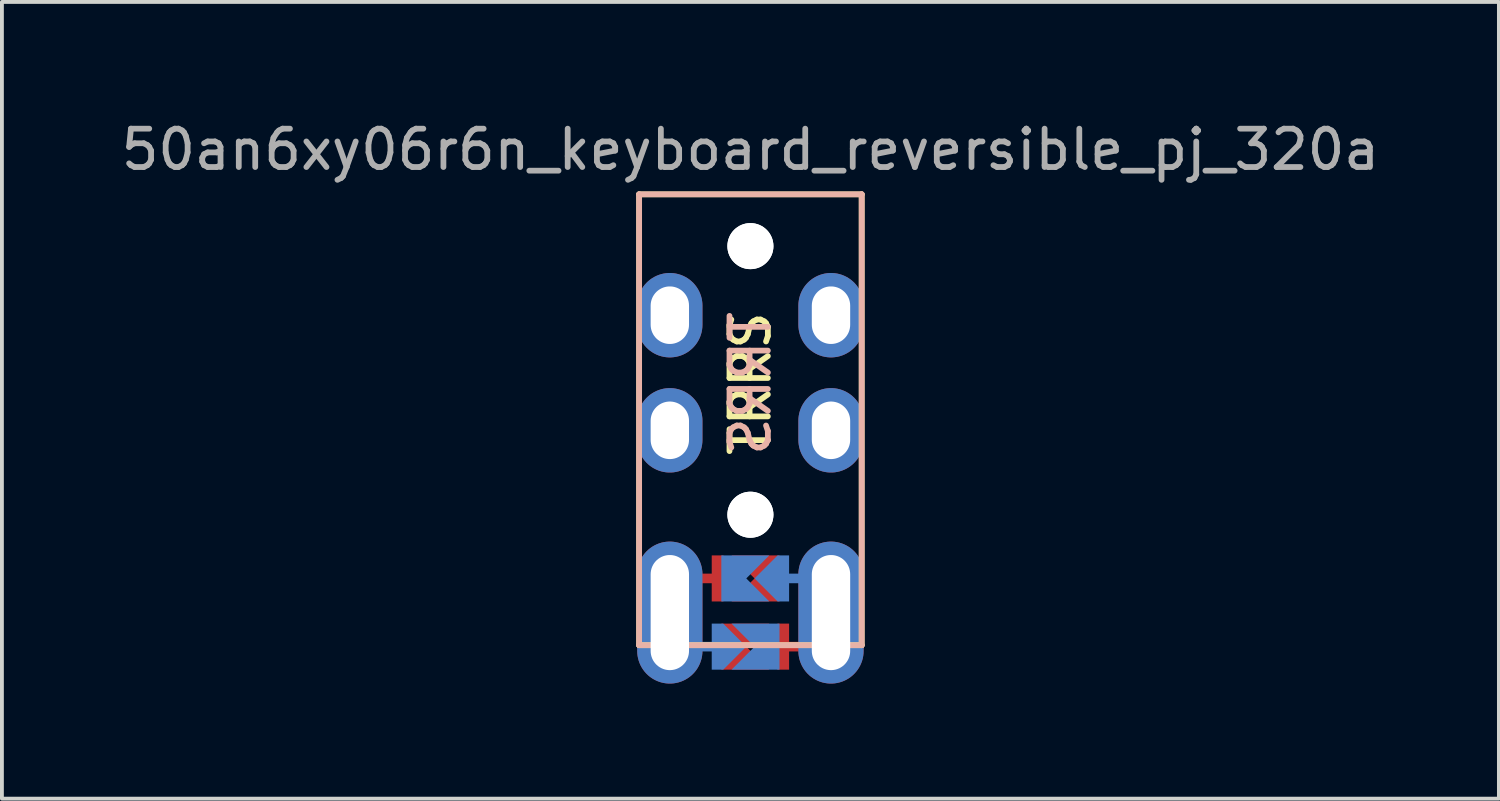
<source format=kicad_pcb>
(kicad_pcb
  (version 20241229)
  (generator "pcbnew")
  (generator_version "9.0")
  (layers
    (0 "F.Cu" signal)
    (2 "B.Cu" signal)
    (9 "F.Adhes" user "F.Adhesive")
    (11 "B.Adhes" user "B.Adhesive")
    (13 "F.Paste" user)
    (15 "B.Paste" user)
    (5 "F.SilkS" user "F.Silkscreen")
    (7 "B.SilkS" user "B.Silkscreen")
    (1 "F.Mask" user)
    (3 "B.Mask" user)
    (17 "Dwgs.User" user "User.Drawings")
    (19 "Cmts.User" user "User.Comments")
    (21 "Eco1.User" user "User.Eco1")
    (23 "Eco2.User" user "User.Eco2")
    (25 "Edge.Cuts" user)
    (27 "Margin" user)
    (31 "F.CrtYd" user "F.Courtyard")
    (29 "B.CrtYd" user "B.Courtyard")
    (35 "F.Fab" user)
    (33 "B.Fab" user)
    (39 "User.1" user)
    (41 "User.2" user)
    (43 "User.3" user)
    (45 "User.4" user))
  (footprint "50an6xy06r6n_keyboard_reversible_pj_320a"
    (layer "F.Cu")
    (at 16.506 1.864)
    (property "Reference" "50an6xy06r6n_keyboard_reversible_pj_320a" (at 0 -1.016 0) (layer "F.Fab") (effects (font (size 1 1) (thickness 0.15))))
    (attr through_hole)
    (fp_line (start -2.9 0.15) (end 2.9 0.15) (stroke (width 0.15) (type solid)) (layer "F.SilkS"))
    (fp_line (start -2.9 11.9) (end -2.9 0.15) (stroke (width 0.15) (type solid)) (layer "F.SilkS"))
    (fp_line (start 2.9 0.15) (end 2.9 11.9) (stroke (width 0.15) (type solid)) (layer "F.SilkS"))
    (fp_line (start 2.9 11.9) (end -2.9 11.9) (stroke (width 0.15) (type solid)) (layer "F.SilkS"))
    (fp_line (start -2.9 0.15) (end -2.9 11.9) (stroke (width 0.15) (type solid)) (layer "B.SilkS"))
    (fp_line (start -2.9 11.9) (end 2.9 11.9) (stroke (width 0.15) (type solid)) (layer "B.SilkS"))
    (fp_line (start 2.9 0.15) (end -2.9 0.15) (stroke (width 0.15) (type solid)) (layer "B.SilkS"))
    (fp_line (start 2.9 11.9) (end 2.9 0.15) (stroke (width 0.15) (type solid)) (layer "B.SilkS"))
    (fp_text user "TRRS" (at 0 5.08 90) (layer "F.SilkS") (effects (font (size 1 1) (thickness 0.15))))
    (fp_text user "TRRS" (at 0 5.08 90) (layer "B.SilkS") (effects (font (size 1 1) (thickness 0.15)) (justify mirror)))
    (pad "" thru_hole oval (at -2.1 11.05 180) (size 1.7 3.7) (drill oval 1 3) (layers "*.Cu" "*.Mask"))
    (pad "" smd custom (at -1.016 10.16 90) (size 0.25 1) (layers "F.Cu") (options (anchor rect)) (primitives))
    (pad "" smd custom (at -1.016 11.938 90) (size 0.25 1) (layers "B.Cu") (options (anchor rect)) (primitives))
    (pad "" smd custom (at -0.508 10.16 90) (size 0.1 0.1) (layers "F.Cu" "F.Mask") (options (anchor rect)) (primitives (gr_poly (pts (xy 0.6 -0.5) (xy -0.6 -0.5) (xy -0.6 -0.2) (xy 0 0.4) (xy 0.6 -0.2)) (width 0) (fill yes))))
    (pad "" smd custom (at -0.508 11.938 90) (size 0.1 0.1) (layers "B.Cu" "B.Mask") (options (anchor rect)) (primitives (gr_poly (pts (xy 0.6 -0.5) (xy -0.6 -0.5) (xy -0.6 -0.2) (xy 0 0.4) (xy 0.6 -0.2)) (width 0) (fill yes))))
    (pad "" np_thru_hole circle (at 0 1.5 180) (size 1.2 1.2) (drill 1.2) (layers "*.Cu" "*.Mask"))
    (pad "" np_thru_hole circle (at 0 1.5) (size 1.2 1.2) (drill 1.2) (layers "*.Cu" "*.Mask"))
    (pad "" np_thru_hole circle (at 0 8.5) (size 1.2 1.2) (drill 1.2) (layers "*.Cu" "*.Mask"))
    (pad "" np_thru_hole circle (at 0 8.5 180) (size 1.2 1.2) (drill 1.2) (layers "*.Cu" "*.Mask"))
    (pad "" smd custom (at 0.508 10.16 270) (size 0.1 0.1) (layers "B.Cu" "B.Mask") (options (anchor rect)) (primitives (gr_poly (pts (xy 0.6 -0.5) (xy -0.6 -0.5) (xy -0.6 -0.2) (xy 0 0.4) (xy 0.6 -0.2)) (width 0) (fill yes))))
    (pad "" smd custom (at 0.508 11.938 270) (size 0.1 0.1) (layers "F.Cu" "F.Mask") (options (anchor rect)) (primitives (gr_poly (pts (xy 0.6 -0.5) (xy -0.6 -0.5) (xy -0.6 -0.2) (xy 0 0.4) (xy 0.6 -0.2)) (width 0) (fill yes))))
    (pad "" smd custom (at 1.016 10.16 90) (size 0.25 1) (layers "B.Cu") (options (anchor rect)) (primitives))
    (pad "" smd custom (at 1.016 11.938 90) (size 0.25 1) (layers "F.Cu") (options (anchor rect)) (primitives))
    (pad "" thru_hole oval (at 2.1 11.05 180) (size 1.7 3.7) (drill oval 1 3) (layers "*.Cu" "*.Mask"))
    (pad "A" smd custom (at -0.508 11.938 270) (size 1.2 0.5) (layers "F.Cu" "F.Mask") (options (anchor rect)) (primitives (gr_poly (pts (xy 0.6 0) (xy -0.6 0) (xy -0.6 -1) (xy 0 -0.4) (xy 0.6 -1)) (width 0) (fill yes))))
    (pad "A" smd custom (at 0.508 11.938 90) (size 1.2 0.5) (layers "B.Cu" "B.Mask") (options (anchor rect)) (primitives (gr_poly (pts (xy 0.6 0) (xy -0.6 0) (xy -0.6 -1) (xy 0 -0.4) (xy 0.6 -1)) (width 0) (fill yes))))
    (pad "B" thru_hole oval (at -2.1 3.3 180) (size 1.7 2.2) (drill oval 1 1.5) (layers "*.Cu" "F.Mask"))
    (pad "B" thru_hole oval (at 2.1 3.3) (size 1.7 2.2) (drill oval 1 1.5) (layers "*.Cu" "B.Mask"))
    (pad "C" thru_hole oval (at -2.1 6.3 180) (size 1.7 2.2) (drill oval 1 1.5) (layers "*.Cu" "F.Mask"))
    (pad "C" thru_hole oval (at 2.1 6.3) (size 1.7 2.2) (drill oval 1 1.5) (layers "*.Cu" "B.Mask"))
    (pad "D" smd custom (at -0.508 10.16 270) (size 1.2 0.5) (layers "B.Cu" "B.Mask") (options (anchor rect)) (primitives (gr_poly (pts (xy 0.6 0) (xy -0.6 0) (xy -0.6 -1) (xy 0 -0.4) (xy 0.6 -1)) (width 0) (fill yes))))
    (pad "D" smd custom (at 0.508 10.16 90) (size 1.2 0.5) (layers "F.Cu" "F.Mask") (options (anchor rect)) (primitives (gr_poly (pts (xy 0.6 0) (xy -0.6 0) (xy -0.6 -1) (xy 0 -0.4) (xy 0.6 -1)) (width 0) (fill yes)))))
  (gr_rect
    (start -3 -3)
    (end 36.012 17.764)
    (stroke (width 0.1) (type default))
    (fill no)
    (layer "Edge.Cuts")))
</source>
